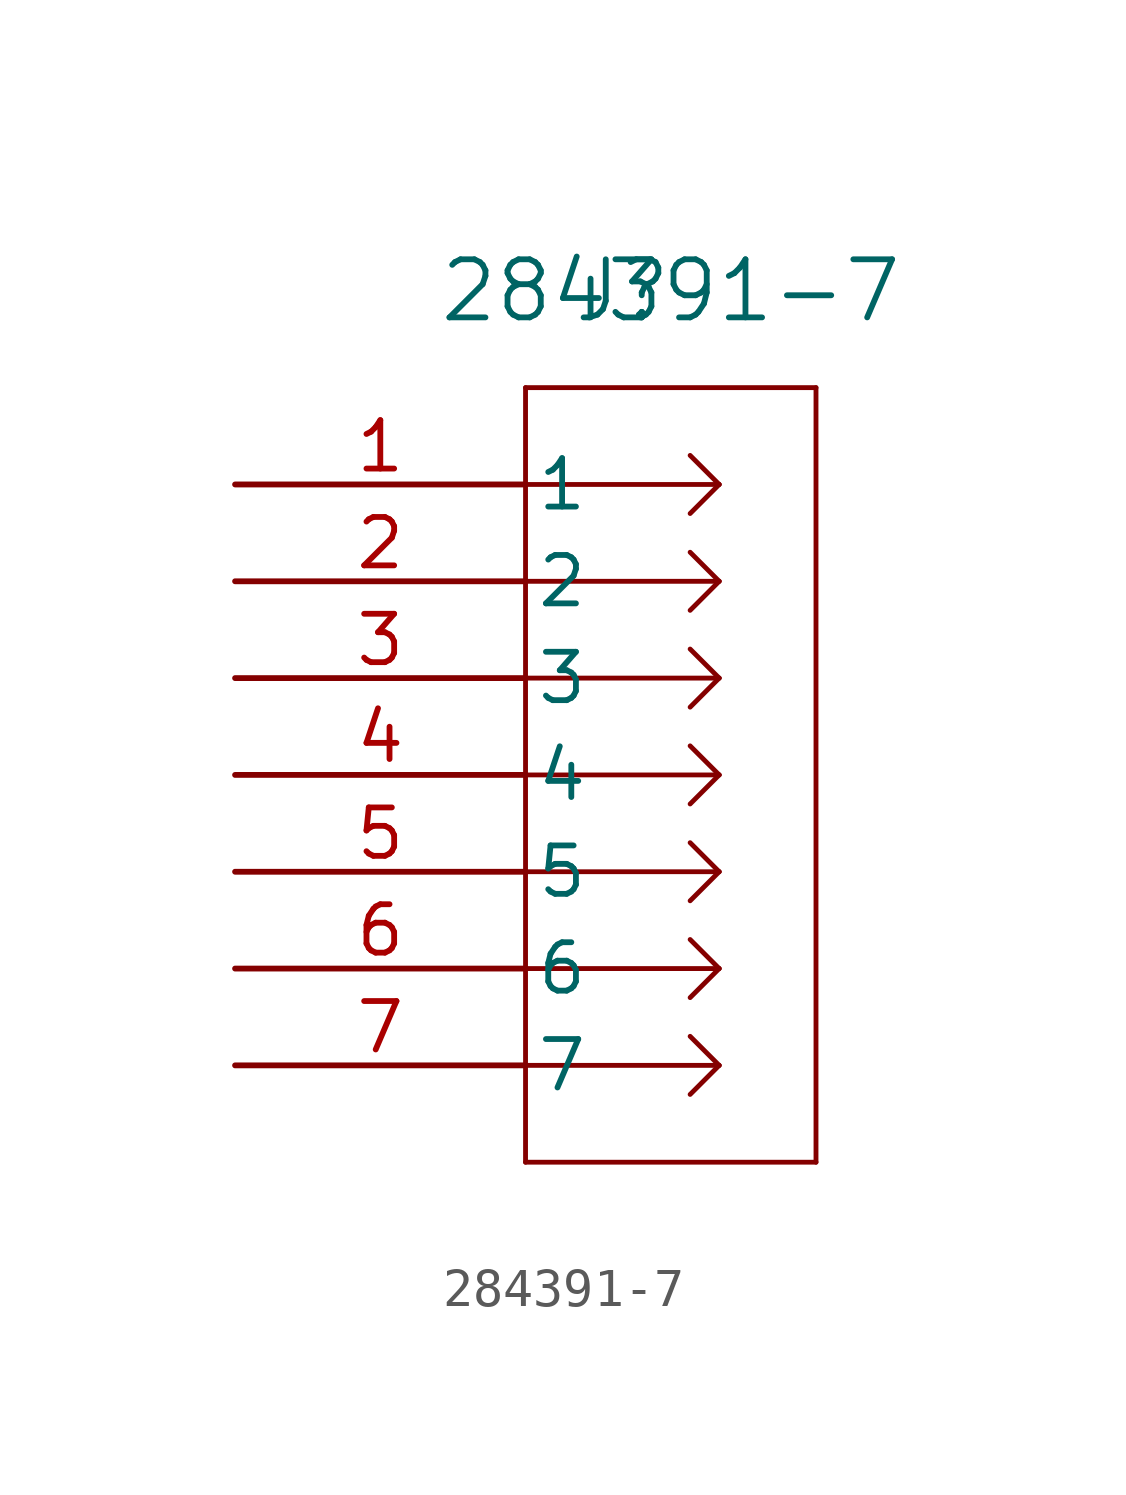
<source format=kicad_sym>
(kicad_symbol_lib
  (version 20211014)
  (generator kicad_symbol_editor)
  (symbol "284391-7"
    (pin_names
      (offset 0.254))
    (property "Reference" "J"
      (at 10.16 5.08 0)
      (effects (font (size 1.524 1.524))))
    (property "Value" "284391-7"
      (at 11.43 5.08 0)
      (effects (font (size 1.524 1.524))))
    (symbol "284391-7_0_1"
      (polyline (pts (xy 7.62 2.54) (xy 7.62 -17.78)) (stroke (width .127) (type default) (color 0 0 0 0)) (fill (type none)))
      (polyline (pts (xy 7.62 -17.78) (xy 15.24 -17.78)) (stroke (width .127) (type default) (color 0 0 0 0)) (fill (type none)))
      (polyline (pts (xy 15.24 -17.78) (xy 15.24 2.54)) (stroke (width .127) (type default) (color 0 0 0 0)) (fill (type none)))
      (polyline (pts (xy 15.24 2.54) (xy 7.62 2.54)) (stroke (width .127) (type default) (color 0 0 0 0)) (fill (type none)))
      (polyline (pts (xy 7.62 0) (xy 12.7 0)) (stroke (width .127) (type default) (color 0 0 0 0)) (fill (type none)))
      (polyline (pts (xy 7.62 -2.54) (xy 12.7 -2.54)) (stroke (width .127) (type default) (color 0 0 0 0)) (fill (type none)))
      (polyline (pts (xy 7.62 -5.08) (xy 12.7 -5.08)) (stroke (width .127) (type default) (color 0 0 0 0)) (fill (type none)))
      (polyline (pts (xy 12.7 0) (xy 11.938 .762)) (stroke (width .127) (type default) (color 0 0 0 0)) (fill (type none)))
      (polyline (pts (xy 12.7 0) (xy 11.938 -.762)) (stroke (width .127) (type default) (color 0 0 0 0)) (fill (type none)))
      (polyline (pts (xy 12.7 -2.54) (xy 11.938 -1.778)) (stroke (width .127) (type default) (color 0 0 0 0)) (fill (type none)))
      (polyline (pts (xy 12.7 -2.54) (xy 11.938 -3.302)) (stroke (width .127) (type default) (color 0 0 0 0)) (fill (type none)))
      (polyline (pts (xy 12.7 -5.08) (xy 11.938 -4.318)) (stroke (width .127) (type default) (color 0 0 0 0)) (fill (type none)))
      (polyline (pts (xy 12.7 -5.08) (xy 11.938 -5.842)) (stroke (width .127) (type default) (color 0 0 0 0)) (fill (type none)))
      (polyline (pts (xy 7.62 -7.62) (xy 12.7 -7.62)) (stroke (width .127) (type default) (color 0 0 0 0)) (fill (type none)))
      (polyline (pts (xy 7.62 -10.16) (xy 12.7 -10.16)) (stroke (width .127) (type default) (color 0 0 0 0)) (fill (type none)))
      (polyline (pts (xy 7.62 -12.7) (xy 12.7 -12.7)) (stroke (width .127) (type default) (color 0 0 0 0)) (fill (type none)))
      (polyline (pts (xy 12.7 -7.62) (xy 11.938 -6.858)) (stroke (width .127) (type default) (color 0 0 0 0)) (fill (type none)))
      (polyline (pts (xy 12.7 -7.62) (xy 11.938 -8.382)) (stroke (width .127) (type default) (color 0 0 0 0)) (fill (type none)))
      (polyline (pts (xy 12.7 -10.16) (xy 11.938 -9.398)) (stroke (width .127) (type default) (color 0 0 0 0)) (fill (type none)))
      (polyline (pts (xy 12.7 -10.16) (xy 11.938 -10.922)) (stroke (width .127) (type default) (color 0 0 0 0)) (fill (type none)))
      (polyline (pts (xy 12.7 -12.7) (xy 11.938 -11.938)) (stroke (width .127) (type default) (color 0 0 0 0)) (fill (type none)))
      (polyline (pts (xy 12.7 -12.7) (xy 11.938 -13.462)) (stroke (width .127) (type default) (color 0 0 0 0)) (fill (type none)))
      (polyline (pts (xy 7.62 -15.24) (xy 12.7 -15.24)) (stroke (width .127) (type default) (color 0 0 0 0)) (fill (type none)))
      (polyline (pts (xy 12.7 -15.24) (xy 11.938 -14.478)) (stroke (width .127) (type default) (color 0 0 0 0)) (fill (type none)))
      (polyline (pts (xy 12.7 -15.24) (xy 11.938 -16.002)) (stroke (width .127) (type default) (color 0 0 0 0)) (fill (type none)))
      (pin unspecified line (at 0 0 0) (length 7.62) (name "1" (effects (font (size 1.27 1.27)))) (number "1" (effects (font (size 1.27 1.27)))))
      (pin unspecified line (at 0 -2.54 0) (length 7.62) (name "2" (effects (font (size 1.27 1.27)))) (number "2" (effects (font (size 1.27 1.27)))))
      (pin unspecified line (at 0 -5.08 0) (length 7.62) (name "3" (effects (font (size 1.27 1.27)))) (number "3" (effects (font (size 1.27 1.27)))))
      (pin unspecified line (at 0 -7.62 0) (length 7.62) (name "4" (effects (font (size 1.27 1.27)))) (number "4" (effects (font (size 1.27 1.27)))))
      (pin unspecified line (at 0 -10.16 0) (length 7.62) (name "5" (effects (font (size 1.27 1.27)))) (number "5" (effects (font (size 1.27 1.27)))))
      (pin unspecified line (at 0 -12.7 0) (length 7.62) (name "6" (effects (font (size 1.27 1.27)))) (number "6" (effects (font (size 1.27 1.27)))))
      (pin unspecified line (at 0 -15.24 0) (length 7.62) (name "7" (effects (font (size 1.27 1.27)))) (number "7" (effects (font (size 1.27 1.27))))))))
</source>
